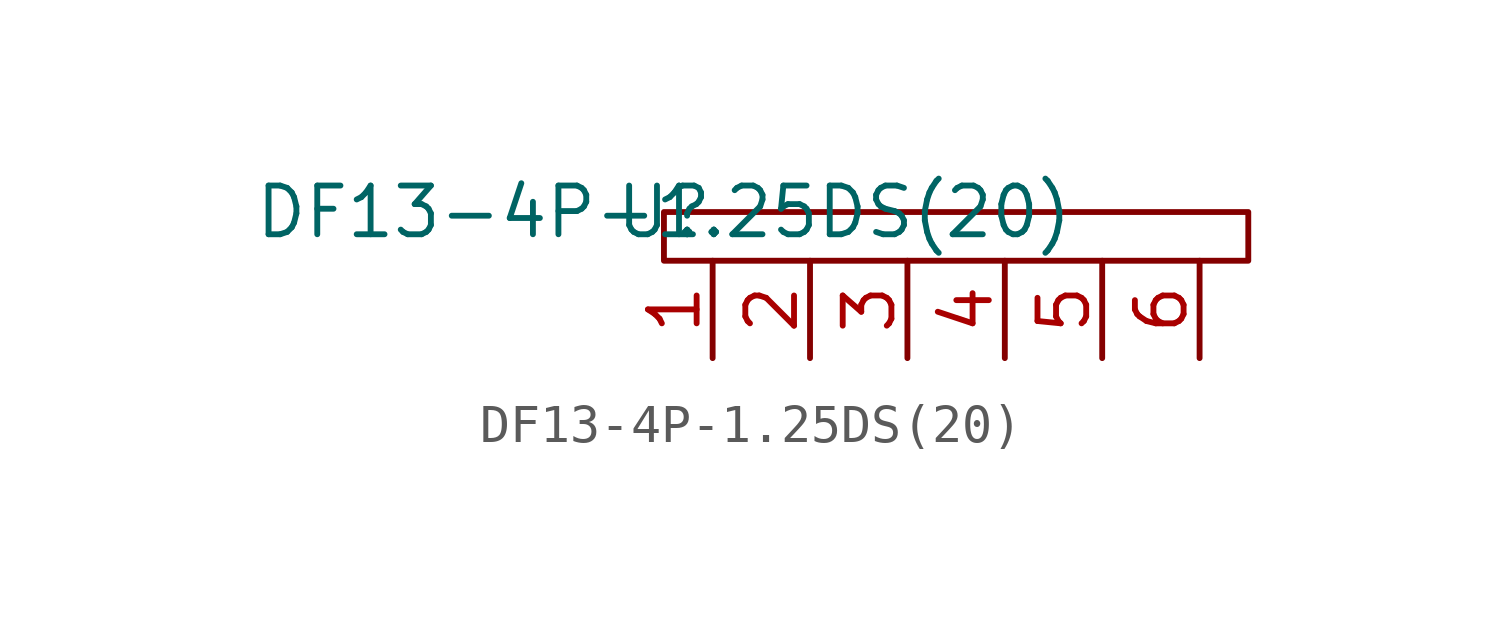
<source format=kicad_sym>
(kicad_symbol_lib
  (version 20211014)
  (generator kicad_symbol_editor)
  (symbol "DF13-4P-1.25DS(20)"
    (property "Reference" "U"
      (at 0 0 0)
      (effects (font (size 1.27 1.27))))
    (property "Value" "DF13-4P-1.25DS(20)"
      (at 0 0 0)
      (effects (font (size 1.27 1.27))))
    (symbol "DF13-4P-1.25DS(20)_0_1"
      (rectangle (start 0 0) (end 15.24 -1.27) (stroke (width 0) (type default) (color 0 0 0 0)) (fill (type none))))
    (symbol "DF13-4P-1.25DS(20)_1_1"
      (pin input line (at 1.27 -3.81 90) (length 2.54) (name "" (effects (font (size 1.27 1.27)))) (number "1" (effects (font (size 1.27 1.27)))))
      (pin input line (at 3.81 -3.81 90) (length 2.54) (name "" (effects (font (size 1.27 1.27)))) (number "2" (effects (font (size 1.27 1.27)))))
      (pin input line (at 6.35 -3.81 90) (length 2.54) (name "" (effects (font (size 1.27 1.27)))) (number "3" (effects (font (size 1.27 1.27)))))
      (pin input line (at 8.89 -3.81 90) (length 2.54) (name "" (effects (font (size 1.27 1.27)))) (number "4" (effects (font (size 1.27 1.27)))))
      (pin input line (at 11.43 -3.81 90) (length 2.54) (name "" (effects (font (size 1.27 1.27)))) (number "5" (effects (font (size 1.27 1.27)))))
      (pin input line (at 13.97 -3.81 90) (length 2.54) (name "" (effects (font (size 1.27 1.27)))) (number "6" (effects (font (size 1.27 1.27))))))))
</source>
